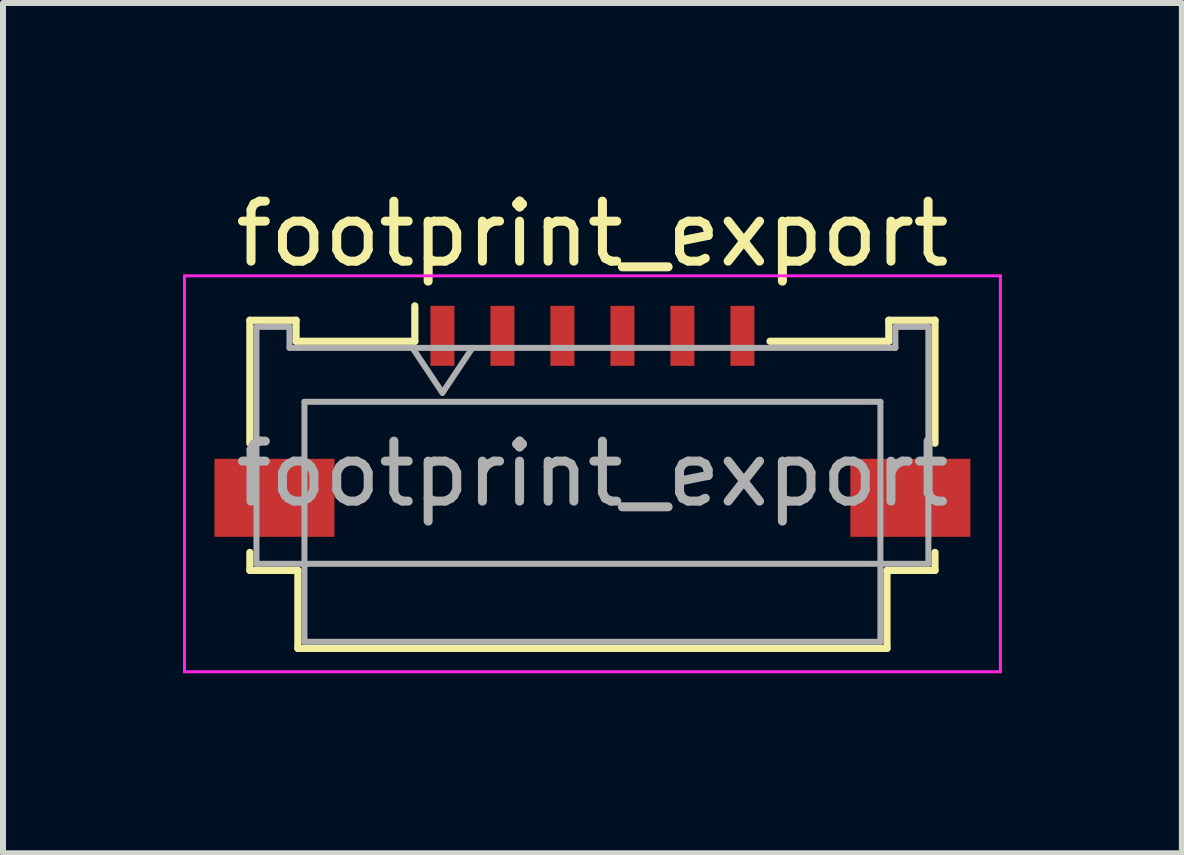
<source format=kicad_pcb>
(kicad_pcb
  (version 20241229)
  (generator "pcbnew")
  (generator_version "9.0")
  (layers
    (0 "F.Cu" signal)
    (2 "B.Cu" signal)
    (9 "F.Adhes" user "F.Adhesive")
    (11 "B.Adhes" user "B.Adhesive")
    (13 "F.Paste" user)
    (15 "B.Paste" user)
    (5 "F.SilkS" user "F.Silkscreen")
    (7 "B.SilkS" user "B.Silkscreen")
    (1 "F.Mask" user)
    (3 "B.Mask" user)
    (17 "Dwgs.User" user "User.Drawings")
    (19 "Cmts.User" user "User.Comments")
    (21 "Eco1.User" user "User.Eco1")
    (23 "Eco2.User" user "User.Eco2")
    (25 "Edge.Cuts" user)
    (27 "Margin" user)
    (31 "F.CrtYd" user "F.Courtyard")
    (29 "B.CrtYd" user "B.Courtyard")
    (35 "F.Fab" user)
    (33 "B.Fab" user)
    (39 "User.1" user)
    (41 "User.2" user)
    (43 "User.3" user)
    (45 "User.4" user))
  (footprint "footprint_export"
    (layer "F.Cu")
    (at 6.825 3.458)
    (property "Reference" "footprint_export" (at 0 -2.61 0) (layer "F.SilkS") (effects (font (size 1 1) (thickness 0.15))))
    (attr smd)
    (fp_line (start -5.71 -1.17) (end -5.71 0.88) (stroke (width 0.12) (type solid)) (layer "F.SilkS"))
    (fp_line (start -5.71 2.7) (end -5.71 3) (stroke (width 0.12) (type solid)) (layer "F.SilkS"))
    (fp_line (start -5.71 3) (end -4.91 3) (stroke (width 0.12) (type solid)) (layer "F.SilkS"))
    (fp_line (start -4.94 -1.17) (end -5.71 -1.17) (stroke (width 0.12) (type solid)) (layer "F.SilkS"))
    (fp_line (start -4.94 -0.82) (end -4.94 -1.17) (stroke (width 0.12) (type solid)) (layer "F.SilkS"))
    (fp_line (start -4.91 3) (end -4.91 4.3) (stroke (width 0.12) (type solid)) (layer "F.SilkS"))
    (fp_line (start -4.91 4.3) (end 4.91 4.3) (stroke (width 0.12) (type solid)) (layer "F.SilkS"))
    (fp_line (start -2.96 -1.41) (end -2.96 -0.82) (stroke (width 0.12) (type solid)) (layer "F.SilkS"))
    (fp_line (start -2.96 -0.82) (end -4.94 -0.82) (stroke (width 0.12) (type solid)) (layer "F.SilkS"))
    (fp_line (start 4.91 3) (end 5.71 3) (stroke (width 0.12) (type solid)) (layer "F.SilkS"))
    (fp_line (start 4.91 4.3) (end 4.91 3) (stroke (width 0.12) (type solid)) (layer "F.SilkS"))
    (fp_line (start 4.94 -1.17) (end 4.94 -0.82) (stroke (width 0.12) (type solid)) (layer "F.SilkS"))
    (fp_line (start 4.94 -0.82) (end 2.96 -0.82) (stroke (width 0.12) (type solid)) (layer "F.SilkS"))
    (fp_line (start 5.71 -1.17) (end 4.94 -1.17) (stroke (width 0.12) (type solid)) (layer "F.SilkS"))
    (fp_line (start 5.71 0.88) (end 5.71 -1.17) (stroke (width 0.12) (type solid)) (layer "F.SilkS"))
    (fp_line (start 5.71 3) (end 5.71 2.7) (stroke (width 0.12) (type solid)) (layer "F.SilkS"))
    (fp_line (start -6.8 -1.91) (end -6.8 4.69) (stroke (width 0.05) (type solid)) (layer "F.CrtYd"))
    (fp_line (start -6.8 4.69) (end 6.8 4.69) (stroke (width 0.05) (type solid)) (layer "F.CrtYd"))
    (fp_line (start 6.8 -1.91) (end -6.8 -1.91) (stroke (width 0.05) (type solid)) (layer "F.CrtYd"))
    (fp_line (start 6.8 4.69) (end 6.8 -1.91) (stroke (width 0.05) (type solid)) (layer "F.CrtYd"))
    (fp_line (start -5.6 -1.06) (end -5.6 2.89) (stroke (width 0.1) (type solid)) (layer "F.Fab"))
    (fp_line (start -5.6 2.89) (end 5.6 2.89) (stroke (width 0.1) (type solid)) (layer "F.Fab"))
    (fp_line (start -5.05 -1.06) (end -5.6 -1.06) (stroke (width 0.1) (type solid)) (layer "F.Fab"))
    (fp_line (start -5.05 -0.71) (end -5.05 -1.06) (stroke (width 0.1) (type solid)) (layer "F.Fab"))
    (fp_line (start -4.8 0.19) (end -4.8 4.19) (stroke (width 0.1) (type solid)) (layer "F.Fab"))
    (fp_line (start -4.8 4.19) (end 4.8 4.19) (stroke (width 0.1) (type solid)) (layer "F.Fab"))
    (fp_line (start -3 -0.71) (end -2.5 0.04) (stroke (width 0.1) (type solid)) (layer "F.Fab"))
    (fp_line (start -2.5 0.04) (end -2 -0.71) (stroke (width 0.1) (type solid)) (layer "F.Fab"))
    (fp_line (start 4.8 0.19) (end -4.8 0.19) (stroke (width 0.1) (type solid)) (layer "F.Fab"))
    (fp_line (start 4.8 4.19) (end 4.8 0.19) (stroke (width 0.1) (type solid)) (layer "F.Fab"))
    (fp_line (start 5.05 -1.06) (end 5.05 -0.71) (stroke (width 0.1) (type solid)) (layer "F.Fab"))
    (fp_line (start 5.05 -0.71) (end -5.05 -0.71) (stroke (width 0.1) (type solid)) (layer "F.Fab"))
    (fp_line (start 5.6 -1.06) (end 5.05 -1.06) (stroke (width 0.1) (type solid)) (layer "F.Fab"))
    (fp_line (start 5.6 2.89) (end 5.6 -1.06) (stroke (width 0.1) (type solid)) (layer "F.Fab"))
    (fp_text user "${REFERENCE}" (at 0 1.39 0) (layer "F.Fab") (effects (font (size 1 1) (thickness 0.15))))
    (pad "1" smd rect (at -2.5 -0.91) (size 0.4 1) (layers "F.Cu" "F.Mask" "F.Paste"))
    (pad "2" smd rect (at -1.5 -0.91) (size 0.4 1) (layers "F.Cu" "F.Mask" "F.Paste"))
    (pad "3" smd rect (at -0.5 -0.91) (size 0.4 1) (layers "F.Cu" "F.Mask" "F.Paste"))
    (pad "4" smd rect (at 0.5 -0.91) (size 0.4 1) (layers "F.Cu" "F.Mask" "F.Paste"))
    (pad "5" smd rect (at 1.5 -0.91) (size 0.4 1) (layers "F.Cu" "F.Mask" "F.Paste"))
    (pad "6" smd rect (at 2.5 -0.91) (size 0.4 1) (layers "F.Cu" "F.Mask" "F.Paste"))
    (pad "MP" smd rect (at -5.3 1.79) (size 2 1.3) (layers "F.Cu" "F.Mask" "F.Paste"))
    (pad "MP" smd rect (at 5.3 1.79) (size 2 1.3) (layers "F.Cu" "F.Mask" "F.Paste")))
  (gr_rect
    (start -3 -3)
    (end 16.65 11.173)
    (stroke (width 0.1) (type default))
    (fill no)
    (layer "Edge.Cuts")))
</source>
